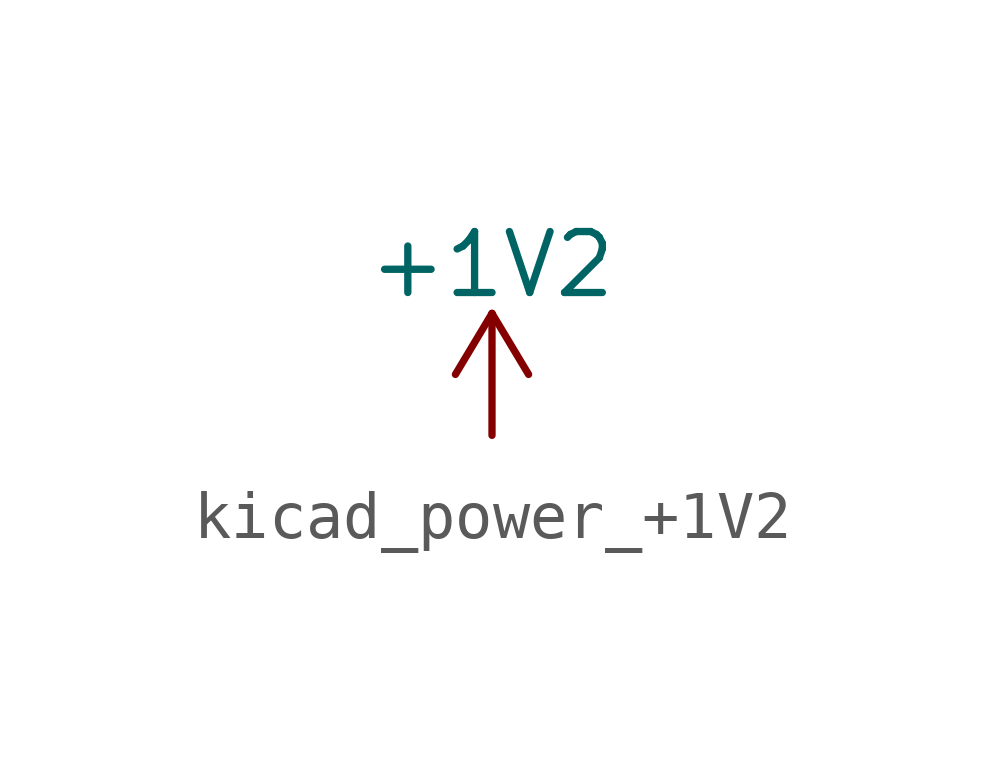
<source format=kicad_sym>
(kicad_symbol_lib
  (version 20220914)
  (generator kicad_symbol_editor)
  (symbol "kicad_power_+1V2"
    (power)
    (pin_names
      (offset 0))
    (property "Reference" "#PWR"
      (at 0 -3.81 0)
      (effects (font (size 1.27 1.27)) hide))
    (property "Value" "+1V2"
      (at 0 3.556 0)
      (effects (font (size 1.27 1.27))))
    (symbol "kicad_power_+1V2_0_1"
      (polyline (pts (xy -0.762 1.27) (xy 0 2.54)) (stroke (width 0) (type default)) (fill (type none)))
      (polyline (pts (xy 0 0) (xy 0 2.54)) (stroke (width 0) (type default)) (fill (type none)))
      (polyline (pts (xy 0 2.54) (xy 0.762 1.27)) (stroke (width 0) (type default)) (fill (type none))))
    (symbol "kicad_power_+1V2_1_1"
      (pin power_in line (at 0 0 90) (length 0) hide (name "+1V2" (effects (font (size 1.27 1.27)))) (number "1" (effects (font (size 1.27 1.27))))))))
</source>
